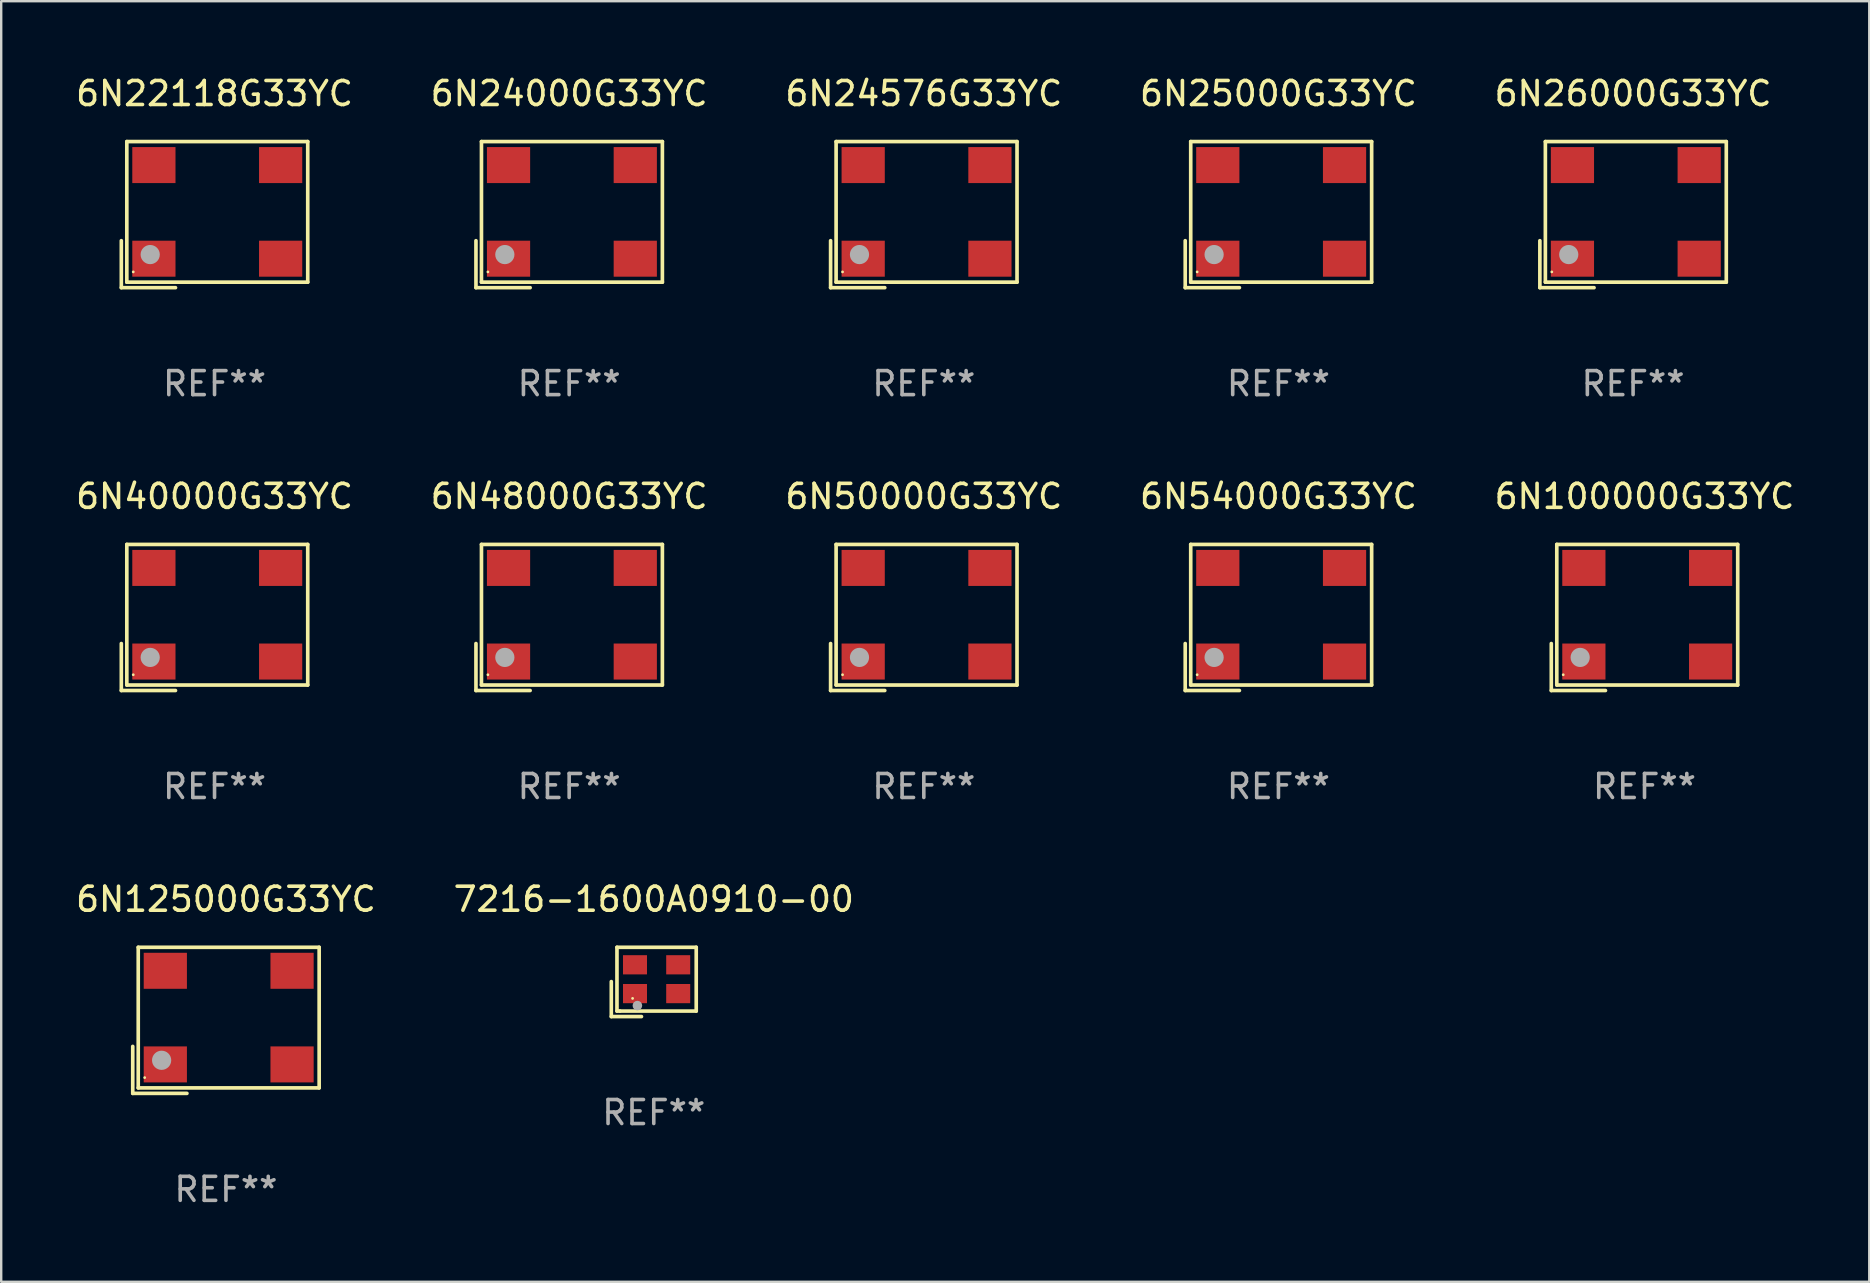
<source format=kicad_pcb>
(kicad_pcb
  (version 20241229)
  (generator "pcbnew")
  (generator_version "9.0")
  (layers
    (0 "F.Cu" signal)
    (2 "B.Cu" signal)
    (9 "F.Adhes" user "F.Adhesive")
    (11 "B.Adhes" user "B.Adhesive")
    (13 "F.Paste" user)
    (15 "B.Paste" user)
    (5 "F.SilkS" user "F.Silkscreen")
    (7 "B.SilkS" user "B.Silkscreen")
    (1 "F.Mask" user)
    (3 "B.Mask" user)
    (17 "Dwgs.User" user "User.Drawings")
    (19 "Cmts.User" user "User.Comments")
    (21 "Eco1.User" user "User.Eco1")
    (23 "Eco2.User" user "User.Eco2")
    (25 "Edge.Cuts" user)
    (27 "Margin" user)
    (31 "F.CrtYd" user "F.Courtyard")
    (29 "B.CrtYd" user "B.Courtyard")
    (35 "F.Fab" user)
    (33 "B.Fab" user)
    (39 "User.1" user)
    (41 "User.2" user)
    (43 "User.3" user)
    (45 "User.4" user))
  (footprint "6N50000G33YC"
    (layer "F.Cu")
    (at 35.435 22.673)
    (property "Reference" "6N50000G33YC" (at 0 -5.043 0) (layer "F.SilkS") (effects (font (size 1 1) (thickness 0.15))))
    (attr through_hole)
    (fp_line (start -3.883 1.086) (end -3.883 3.043) (stroke (width 0.152) (type solid)) (layer "F.SilkS"))
    (fp_line (start -3.883 3.043) (end -1.626 3.043) (stroke (width 0.152) (type solid)) (layer "F.SilkS"))
    (fp_line (start -3.654 -3.043) (end 3.883 -3.043) (stroke (width 0.152) (type solid)) (layer "F.SilkS"))
    (fp_line (start -3.654 2.814) (end -3.654 -3.043) (stroke (width 0.152) (type solid)) (layer "F.SilkS"))
    (fp_line (start 3.883 -3.043) (end 3.883 2.814) (stroke (width 0.152) (type solid)) (layer "F.SilkS"))
    (fp_line (start 3.883 2.814) (end -3.654 2.814) (stroke (width 0.152) (type solid)) (layer "F.SilkS"))
    (fp_circle (center -3.386 2.386) (end -3.356 2.386) (stroke (width 0.06) (type solid)) (fill no) (layer "F.SilkS"))
    (fp_circle (center -2.68 1.664) (end -2.48 1.664) (stroke (width 0.4) (type solid)) (fill no) (layer "F.Fab"))
    (fp_text user "REF**" (at 0 7.043 0) (layer "F.Fab") (effects (font (size 1 1) (thickness 0.15))))
    (pad "1" smd rect (at -2.526 1.836) (size 1.8 1.5) (layers "F.Cu" "F.Mask" "F.Paste"))
    (pad "2" smd rect (at 2.754 1.836) (size 1.8 1.5) (layers "F.Cu" "F.Mask" "F.Paste"))
    (pad "3" smd rect (at 2.754 -2.064) (size 1.8 1.5) (layers "F.Cu" "F.Mask" "F.Paste"))
    (pad "4" smd rect (at -2.526 -2.064) (size 1.8 1.5) (layers "F.Cu" "F.Mask" "F.Paste")))
  (footprint "6N24000G33YC"
    (layer "F.Cu")
    (at 20.661 5.891)
    (property "Reference" "6N24000G33YC" (at 0 -5.043 0) (layer "F.SilkS") (effects (font (size 1 1) (thickness 0.15))))
    (attr through_hole)
    (fp_line (start -3.883 1.086) (end -3.883 3.043) (stroke (width 0.152) (type solid)) (layer "F.SilkS"))
    (fp_line (start -3.883 3.043) (end -1.626 3.043) (stroke (width 0.152) (type solid)) (layer "F.SilkS"))
    (fp_line (start -3.654 -3.043) (end 3.883 -3.043) (stroke (width 0.152) (type solid)) (layer "F.SilkS"))
    (fp_line (start -3.654 2.814) (end -3.654 -3.043) (stroke (width 0.152) (type solid)) (layer "F.SilkS"))
    (fp_line (start 3.883 -3.043) (end 3.883 2.814) (stroke (width 0.152) (type solid)) (layer "F.SilkS"))
    (fp_line (start 3.883 2.814) (end -3.654 2.814) (stroke (width 0.152) (type solid)) (layer "F.SilkS"))
    (fp_circle (center -3.386 2.386) (end -3.356 2.386) (stroke (width 0.06) (type solid)) (fill no) (layer "F.SilkS"))
    (fp_circle (center -2.68 1.664) (end -2.48 1.664) (stroke (width 0.4) (type solid)) (fill no) (layer "F.Fab"))
    (fp_text user "REF**" (at 0 7.043 0) (layer "F.Fab") (effects (font (size 1 1) (thickness 0.15))))
    (pad "1" smd rect (at -2.526 1.836) (size 1.8 1.5) (layers "F.Cu" "F.Mask" "F.Paste"))
    (pad "2" smd rect (at 2.754 1.836) (size 1.8 1.5) (layers "F.Cu" "F.Mask" "F.Paste"))
    (pad "3" smd rect (at 2.754 -2.064) (size 1.8 1.5) (layers "F.Cu" "F.Mask" "F.Paste"))
    (pad "4" smd rect (at -2.526 -2.064) (size 1.8 1.5) (layers "F.Cu" "F.Mask" "F.Paste")))
  (footprint "6N54000G33YC"
    (layer "F.Cu")
    (at 50.208 22.673)
    (property "Reference" "6N54000G33YC" (at 0 -5.043 0) (layer "F.SilkS") (effects (font (size 1 1) (thickness 0.15))))
    (attr through_hole)
    (fp_line (start -3.883 1.086) (end -3.883 3.043) (stroke (width 0.152) (type solid)) (layer "F.SilkS"))
    (fp_line (start -3.883 3.043) (end -1.626 3.043) (stroke (width 0.152) (type solid)) (layer "F.SilkS"))
    (fp_line (start -3.654 -3.043) (end 3.883 -3.043) (stroke (width 0.152) (type solid)) (layer "F.SilkS"))
    (fp_line (start -3.654 2.814) (end -3.654 -3.043) (stroke (width 0.152) (type solid)) (layer "F.SilkS"))
    (fp_line (start 3.883 -3.043) (end 3.883 2.814) (stroke (width 0.152) (type solid)) (layer "F.SilkS"))
    (fp_line (start 3.883 2.814) (end -3.654 2.814) (stroke (width 0.152) (type solid)) (layer "F.SilkS"))
    (fp_circle (center -3.386 2.386) (end -3.356 2.386) (stroke (width 0.06) (type solid)) (fill no) (layer "F.SilkS"))
    (fp_circle (center -2.68 1.664) (end -2.48 1.664) (stroke (width 0.4) (type solid)) (fill no) (layer "F.Fab"))
    (fp_text user "REF**" (at 0 7.043 0) (layer "F.Fab") (effects (font (size 1 1) (thickness 0.15))))
    (pad "1" smd rect (at -2.526 1.836) (size 1.8 1.5) (layers "F.Cu" "F.Mask" "F.Paste"))
    (pad "2" smd rect (at 2.754 1.836) (size 1.8 1.5) (layers "F.Cu" "F.Mask" "F.Paste"))
    (pad "3" smd rect (at 2.754 -2.064) (size 1.8 1.5) (layers "F.Cu" "F.Mask" "F.Paste"))
    (pad "4" smd rect (at -2.526 -2.064) (size 1.8 1.5) (layers "F.Cu" "F.Mask" "F.Paste")))
  (footprint "6N100000G33YC"
    (layer "F.Cu")
    (at 65.458 22.673)
    (property "Reference" "6N100000G33YC" (at 0 -5.043 0) (layer "F.SilkS") (effects (font (size 1 1) (thickness 0.15))))
    (attr through_hole)
    (fp_line (start -3.883 1.086) (end -3.883 3.043) (stroke (width 0.152) (type solid)) (layer "F.SilkS"))
    (fp_line (start -3.883 3.043) (end -1.626 3.043) (stroke (width 0.152) (type solid)) (layer "F.SilkS"))
    (fp_line (start -3.654 -3.043) (end 3.883 -3.043) (stroke (width 0.152) (type solid)) (layer "F.SilkS"))
    (fp_line (start -3.654 2.814) (end -3.654 -3.043) (stroke (width 0.152) (type solid)) (layer "F.SilkS"))
    (fp_line (start 3.883 -3.043) (end 3.883 2.814) (stroke (width 0.152) (type solid)) (layer "F.SilkS"))
    (fp_line (start 3.883 2.814) (end -3.654 2.814) (stroke (width 0.152) (type solid)) (layer "F.SilkS"))
    (fp_circle (center -3.386 2.386) (end -3.356 2.386) (stroke (width 0.06) (type solid)) (fill no) (layer "F.SilkS"))
    (fp_circle (center -2.68 1.664) (end -2.48 1.664) (stroke (width 0.4) (type solid)) (fill no) (layer "F.Fab"))
    (fp_text user "REF**" (at 0 7.043 0) (layer "F.Fab") (effects (font (size 1 1) (thickness 0.15))))
    (pad "1" smd rect (at -2.526 1.836) (size 1.8 1.5) (layers "F.Cu" "F.Mask" "F.Paste"))
    (pad "2" smd rect (at 2.754 1.836) (size 1.8 1.5) (layers "F.Cu" "F.Mask" "F.Paste"))
    (pad "3" smd rect (at 2.754 -2.064) (size 1.8 1.5) (layers "F.Cu" "F.Mask" "F.Paste"))
    (pad "4" smd rect (at -2.526 -2.064) (size 1.8 1.5) (layers "F.Cu" "F.Mask" "F.Paste")))
  (footprint "6N22118G33YC"
    (layer "F.Cu")
    (at 5.887 5.891)
    (property "Reference" "6N22118G33YC" (at 0 -5.043 0) (layer "F.SilkS") (effects (font (size 1 1) (thickness 0.15))))
    (attr through_hole)
    (fp_line (start -3.883 1.086) (end -3.883 3.043) (stroke (width 0.152) (type solid)) (layer "F.SilkS"))
    (fp_line (start -3.883 3.043) (end -1.626 3.043) (stroke (width 0.152) (type solid)) (layer "F.SilkS"))
    (fp_line (start -3.654 -3.043) (end 3.883 -3.043) (stroke (width 0.152) (type solid)) (layer "F.SilkS"))
    (fp_line (start -3.654 2.814) (end -3.654 -3.043) (stroke (width 0.152) (type solid)) (layer "F.SilkS"))
    (fp_line (start 3.883 -3.043) (end 3.883 2.814) (stroke (width 0.152) (type solid)) (layer "F.SilkS"))
    (fp_line (start 3.883 2.814) (end -3.654 2.814) (stroke (width 0.152) (type solid)) (layer "F.SilkS"))
    (fp_circle (center -3.386 2.386) (end -3.356 2.386) (stroke (width 0.06) (type solid)) (fill no) (layer "F.SilkS"))
    (fp_circle (center -2.68 1.664) (end -2.48 1.664) (stroke (width 0.4) (type solid)) (fill no) (layer "F.Fab"))
    (fp_text user "REF**" (at 0 7.043 0) (layer "F.Fab") (effects (font (size 1 1) (thickness 0.15))))
    (pad "1" smd rect (at -2.526 1.836) (size 1.8 1.5) (layers "F.Cu" "F.Mask" "F.Paste"))
    (pad "2" smd rect (at 2.754 1.836) (size 1.8 1.5) (layers "F.Cu" "F.Mask" "F.Paste"))
    (pad "3" smd rect (at 2.754 -2.064) (size 1.8 1.5) (layers "F.Cu" "F.Mask" "F.Paste"))
    (pad "4" smd rect (at -2.526 -2.064) (size 1.8 1.5) (layers "F.Cu" "F.Mask" "F.Paste")))
  (footprint "6N40000G33YC"
    (layer "F.Cu")
    (at 5.887 22.673)
    (property "Reference" "6N40000G33YC" (at 0 -5.043 0) (layer "F.SilkS") (effects (font (size 1 1) (thickness 0.15))))
    (attr through_hole)
    (fp_line (start -3.883 1.086) (end -3.883 3.043) (stroke (width 0.152) (type solid)) (layer "F.SilkS"))
    (fp_line (start -3.883 3.043) (end -1.626 3.043) (stroke (width 0.152) (type solid)) (layer "F.SilkS"))
    (fp_line (start -3.654 -3.043) (end 3.883 -3.043) (stroke (width 0.152) (type solid)) (layer "F.SilkS"))
    (fp_line (start -3.654 2.814) (end -3.654 -3.043) (stroke (width 0.152) (type solid)) (layer "F.SilkS"))
    (fp_line (start 3.883 -3.043) (end 3.883 2.814) (stroke (width 0.152) (type solid)) (layer "F.SilkS"))
    (fp_line (start 3.883 2.814) (end -3.654 2.814) (stroke (width 0.152) (type solid)) (layer "F.SilkS"))
    (fp_circle (center -3.386 2.386) (end -3.356 2.386) (stroke (width 0.06) (type solid)) (fill no) (layer "F.SilkS"))
    (fp_circle (center -2.68 1.664) (end -2.48 1.664) (stroke (width 0.4) (type solid)) (fill no) (layer "F.Fab"))
    (fp_text user "REF**" (at 0 7.043 0) (layer "F.Fab") (effects (font (size 1 1) (thickness 0.15))))
    (pad "1" smd rect (at -2.526 1.836) (size 1.8 1.5) (layers "F.Cu" "F.Mask" "F.Paste"))
    (pad "2" smd rect (at 2.754 1.836) (size 1.8 1.5) (layers "F.Cu" "F.Mask" "F.Paste"))
    (pad "3" smd rect (at 2.754 -2.064) (size 1.8 1.5) (layers "F.Cu" "F.Mask" "F.Paste"))
    (pad "4" smd rect (at -2.526 -2.064) (size 1.8 1.5) (layers "F.Cu" "F.Mask" "F.Paste")))
  (footprint "6N48000G33YC"
    (layer "F.Cu")
    (at 20.661 22.673)
    (property "Reference" "6N48000G33YC" (at 0 -5.043 0) (layer "F.SilkS") (effects (font (size 1 1) (thickness 0.15))))
    (attr through_hole)
    (fp_line (start -3.883 1.086) (end -3.883 3.043) (stroke (width 0.152) (type solid)) (layer "F.SilkS"))
    (fp_line (start -3.883 3.043) (end -1.626 3.043) (stroke (width 0.152) (type solid)) (layer "F.SilkS"))
    (fp_line (start -3.654 -3.043) (end 3.883 -3.043) (stroke (width 0.152) (type solid)) (layer "F.SilkS"))
    (fp_line (start -3.654 2.814) (end -3.654 -3.043) (stroke (width 0.152) (type solid)) (layer "F.SilkS"))
    (fp_line (start 3.883 -3.043) (end 3.883 2.814) (stroke (width 0.152) (type solid)) (layer "F.SilkS"))
    (fp_line (start 3.883 2.814) (end -3.654 2.814) (stroke (width 0.152) (type solid)) (layer "F.SilkS"))
    (fp_circle (center -3.386 2.386) (end -3.356 2.386) (stroke (width 0.06) (type solid)) (fill no) (layer "F.SilkS"))
    (fp_circle (center -2.68 1.664) (end -2.48 1.664) (stroke (width 0.4) (type solid)) (fill no) (layer "F.Fab"))
    (fp_text user "REF**" (at 0 7.043 0) (layer "F.Fab") (effects (font (size 1 1) (thickness 0.15))))
    (pad "1" smd rect (at -2.526 1.836) (size 1.8 1.5) (layers "F.Cu" "F.Mask" "F.Paste"))
    (pad "2" smd rect (at 2.754 1.836) (size 1.8 1.5) (layers "F.Cu" "F.Mask" "F.Paste"))
    (pad "3" smd rect (at 2.754 -2.064) (size 1.8 1.5) (layers "F.Cu" "F.Mask" "F.Paste"))
    (pad "4" smd rect (at -2.526 -2.064) (size 1.8 1.5) (layers "F.Cu" "F.Mask" "F.Paste")))
  (footprint "6N25000G33YC"
    (layer "F.Cu")
    (at 50.208 5.891)
    (property "Reference" "6N25000G33YC" (at 0 -5.043 0) (layer "F.SilkS") (effects (font (size 1 1) (thickness 0.15))))
    (attr through_hole)
    (fp_line (start -3.883 1.086) (end -3.883 3.043) (stroke (width 0.152) (type solid)) (layer "F.SilkS"))
    (fp_line (start -3.883 3.043) (end -1.626 3.043) (stroke (width 0.152) (type solid)) (layer "F.SilkS"))
    (fp_line (start -3.654 -3.043) (end 3.883 -3.043) (stroke (width 0.152) (type solid)) (layer "F.SilkS"))
    (fp_line (start -3.654 2.814) (end -3.654 -3.043) (stroke (width 0.152) (type solid)) (layer "F.SilkS"))
    (fp_line (start 3.883 -3.043) (end 3.883 2.814) (stroke (width 0.152) (type solid)) (layer "F.SilkS"))
    (fp_line (start 3.883 2.814) (end -3.654 2.814) (stroke (width 0.152) (type solid)) (layer "F.SilkS"))
    (fp_circle (center -3.386 2.386) (end -3.356 2.386) (stroke (width 0.06) (type solid)) (fill no) (layer "F.SilkS"))
    (fp_circle (center -2.68 1.664) (end -2.48 1.664) (stroke (width 0.4) (type solid)) (fill no) (layer "F.Fab"))
    (fp_text user "REF**" (at 0 7.043 0) (layer "F.Fab") (effects (font (size 1 1) (thickness 0.15))))
    (pad "1" smd rect (at -2.526 1.836) (size 1.8 1.5) (layers "F.Cu" "F.Mask" "F.Paste"))
    (pad "2" smd rect (at 2.754 1.836) (size 1.8 1.5) (layers "F.Cu" "F.Mask" "F.Paste"))
    (pad "3" smd rect (at 2.754 -2.064) (size 1.8 1.5) (layers "F.Cu" "F.Mask" "F.Paste"))
    (pad "4" smd rect (at -2.526 -2.064) (size 1.8 1.5) (layers "F.Cu" "F.Mask" "F.Paste")))
  (footprint "7216-1600A0910-00"
    (layer "F.Cu")
    (at 24.185 37.856)
    (property "Reference" "7216-1600A0910-00" (at 0 -3.443 0) (layer "F.SilkS") (effects (font (size 1 1) (thickness 0.15))))
    (attr through_hole)
    (fp_line (start -1.769 -0.014) (end -1.769 1.443) (stroke (width 0.152) (type solid)) (layer "F.SilkS"))
    (fp_line (start -1.769 1.443) (end -0.512 1.443) (stroke (width 0.152) (type solid)) (layer "F.SilkS"))
    (fp_line (start -1.533 -1.443) (end 1.769 -1.443) (stroke (width 0.152) (type solid)) (layer "F.SilkS"))
    (fp_line (start -1.533 1.214) (end -1.533 -1.443) (stroke (width 0.152) (type solid)) (layer "F.SilkS"))
    (fp_line (start -1.411 1.214) (end -1.533 1.214) (stroke (width 0.152) (type solid)) (layer "F.SilkS"))
    (fp_line (start 1.769 -1.443) (end 1.769 1.214) (stroke (width 0.152) (type solid)) (layer "F.SilkS"))
    (fp_line (start 1.769 1.214) (end -1.411 1.214) (stroke (width 0.152) (type solid)) (layer "F.SilkS"))
    (fp_circle (center -0.882 0.686) (end -0.852 0.686) (stroke (width 0.06) (type solid)) (fill no) (layer "F.SilkS"))
    (fp_circle (center -0.682 0.986) (end -0.582 0.986) (stroke (width 0.2) (type solid)) (fill no) (layer "F.Fab"))
    (fp_text user "REF**" (at 0 5.443 0) (layer "F.Fab") (effects (font (size 1 1) (thickness 0.15))))
    (pad "1" smd rect (at -0.782 0.486 90) (size 0.8 1) (layers "F.Cu" "F.Mask" "F.Paste"))
    (pad "2" smd rect (at 1.018 0.486 90) (size 0.8 1) (layers "F.Cu" "F.Mask" "F.Paste"))
    (pad "3" smd rect (at 1.018 -0.714 90) (size 0.8 1) (layers "F.Cu" "F.Mask" "F.Paste"))
    (pad "4" smd rect (at -0.782 -0.714 90) (size 0.8 1) (layers "F.Cu" "F.Mask" "F.Paste")))
  (footprint "6N125000G33YC"
    (layer "F.Cu")
    (at 6.363 39.456)
    (property "Reference" "6N125000G33YC" (at 0 -5.043 0) (layer "F.SilkS") (effects (font (size 1 1) (thickness 0.15))))
    (attr through_hole)
    (fp_line (start -3.883 1.086) (end -3.883 3.043) (stroke (width 0.152) (type solid)) (layer "F.SilkS"))
    (fp_line (start -3.883 3.043) (end -1.626 3.043) (stroke (width 0.152) (type solid)) (layer "F.SilkS"))
    (fp_line (start -3.654 -3.043) (end 3.883 -3.043) (stroke (width 0.152) (type solid)) (layer "F.SilkS"))
    (fp_line (start -3.654 2.814) (end -3.654 -3.043) (stroke (width 0.152) (type solid)) (layer "F.SilkS"))
    (fp_line (start 3.883 -3.043) (end 3.883 2.814) (stroke (width 0.152) (type solid)) (layer "F.SilkS"))
    (fp_line (start 3.883 2.814) (end -3.654 2.814) (stroke (width 0.152) (type solid)) (layer "F.SilkS"))
    (fp_circle (center -3.386 2.386) (end -3.356 2.386) (stroke (width 0.06) (type solid)) (fill no) (layer "F.SilkS"))
    (fp_circle (center -2.68 1.664) (end -2.48 1.664) (stroke (width 0.4) (type solid)) (fill no) (layer "F.Fab"))
    (fp_text user "REF**" (at 0 7.043 0) (layer "F.Fab") (effects (font (size 1 1) (thickness 0.15))))
    (pad "1" smd rect (at -2.526 1.836) (size 1.8 1.5) (layers "F.Cu" "F.Mask" "F.Paste"))
    (pad "2" smd rect (at 2.754 1.836) (size 1.8 1.5) (layers "F.Cu" "F.Mask" "F.Paste"))
    (pad "3" smd rect (at 2.754 -2.064) (size 1.8 1.5) (layers "F.Cu" "F.Mask" "F.Paste"))
    (pad "4" smd rect (at -2.526 -2.064) (size 1.8 1.5) (layers "F.Cu" "F.Mask" "F.Paste")))
  (footprint "6N26000G33YC"
    (layer "F.Cu")
    (at 64.982 5.891)
    (property "Reference" "6N26000G33YC" (at 0 -5.043 0) (layer "F.SilkS") (effects (font (size 1 1) (thickness 0.15))))
    (attr through_hole)
    (fp_line (start -3.883 1.086) (end -3.883 3.043) (stroke (width 0.152) (type solid)) (layer "F.SilkS"))
    (fp_line (start -3.883 3.043) (end -1.626 3.043) (stroke (width 0.152) (type solid)) (layer "F.SilkS"))
    (fp_line (start -3.654 -3.043) (end 3.883 -3.043) (stroke (width 0.152) (type solid)) (layer "F.SilkS"))
    (fp_line (start -3.654 2.814) (end -3.654 -3.043) (stroke (width 0.152) (type solid)) (layer "F.SilkS"))
    (fp_line (start 3.883 -3.043) (end 3.883 2.814) (stroke (width 0.152) (type solid)) (layer "F.SilkS"))
    (fp_line (start 3.883 2.814) (end -3.654 2.814) (stroke (width 0.152) (type solid)) (layer "F.SilkS"))
    (fp_circle (center -3.386 2.386) (end -3.356 2.386) (stroke (width 0.06) (type solid)) (fill no) (layer "F.SilkS"))
    (fp_circle (center -2.68 1.664) (end -2.48 1.664) (stroke (width 0.4) (type solid)) (fill no) (layer "F.Fab"))
    (fp_text user "REF**" (at 0 7.043 0) (layer "F.Fab") (effects (font (size 1 1) (thickness 0.15))))
    (pad "1" smd rect (at -2.526 1.836) (size 1.8 1.5) (layers "F.Cu" "F.Mask" "F.Paste"))
    (pad "2" smd rect (at 2.754 1.836) (size 1.8 1.5) (layers "F.Cu" "F.Mask" "F.Paste"))
    (pad "3" smd rect (at 2.754 -2.064) (size 1.8 1.5) (layers "F.Cu" "F.Mask" "F.Paste"))
    (pad "4" smd rect (at -2.526 -2.064) (size 1.8 1.5) (layers "F.Cu" "F.Mask" "F.Paste")))
  (footprint "6N24576G33YC"
    (layer "F.Cu")
    (at 35.435 5.891)
    (property "Reference" "6N24576G33YC" (at 0 -5.043 0) (layer "F.SilkS") (effects (font (size 1 1) (thickness 0.15))))
    (attr through_hole)
    (fp_line (start -3.883 1.086) (end -3.883 3.043) (stroke (width 0.152) (type solid)) (layer "F.SilkS"))
    (fp_line (start -3.883 3.043) (end -1.626 3.043) (stroke (width 0.152) (type solid)) (layer "F.SilkS"))
    (fp_line (start -3.654 -3.043) (end 3.883 -3.043) (stroke (width 0.152) (type solid)) (layer "F.SilkS"))
    (fp_line (start -3.654 2.814) (end -3.654 -3.043) (stroke (width 0.152) (type solid)) (layer "F.SilkS"))
    (fp_line (start 3.883 -3.043) (end 3.883 2.814) (stroke (width 0.152) (type solid)) (layer "F.SilkS"))
    (fp_line (start 3.883 2.814) (end -3.654 2.814) (stroke (width 0.152) (type solid)) (layer "F.SilkS"))
    (fp_circle (center -3.386 2.386) (end -3.356 2.386) (stroke (width 0.06) (type solid)) (fill no) (layer "F.SilkS"))
    (fp_circle (center -2.68 1.664) (end -2.48 1.664) (stroke (width 0.4) (type solid)) (fill no) (layer "F.Fab"))
    (fp_text user "REF**" (at 0 7.043 0) (layer "F.Fab") (effects (font (size 1 1) (thickness 0.15))))
    (pad "1" smd rect (at -2.526 1.836) (size 1.8 1.5) (layers "F.Cu" "F.Mask" "F.Paste"))
    (pad "2" smd rect (at 2.754 1.836) (size 1.8 1.5) (layers "F.Cu" "F.Mask" "F.Paste"))
    (pad "3" smd rect (at 2.754 -2.064) (size 1.8 1.5) (layers "F.Cu" "F.Mask" "F.Paste"))
    (pad "4" smd rect (at -2.526 -2.064) (size 1.8 1.5) (layers "F.Cu" "F.Mask" "F.Paste")))
  (gr_rect
    (start -3 -3)
    (end 74.821 50.347)
    (stroke (width 0.1) (type default))
    (fill no)
    (layer "Edge.Cuts")))
</source>
